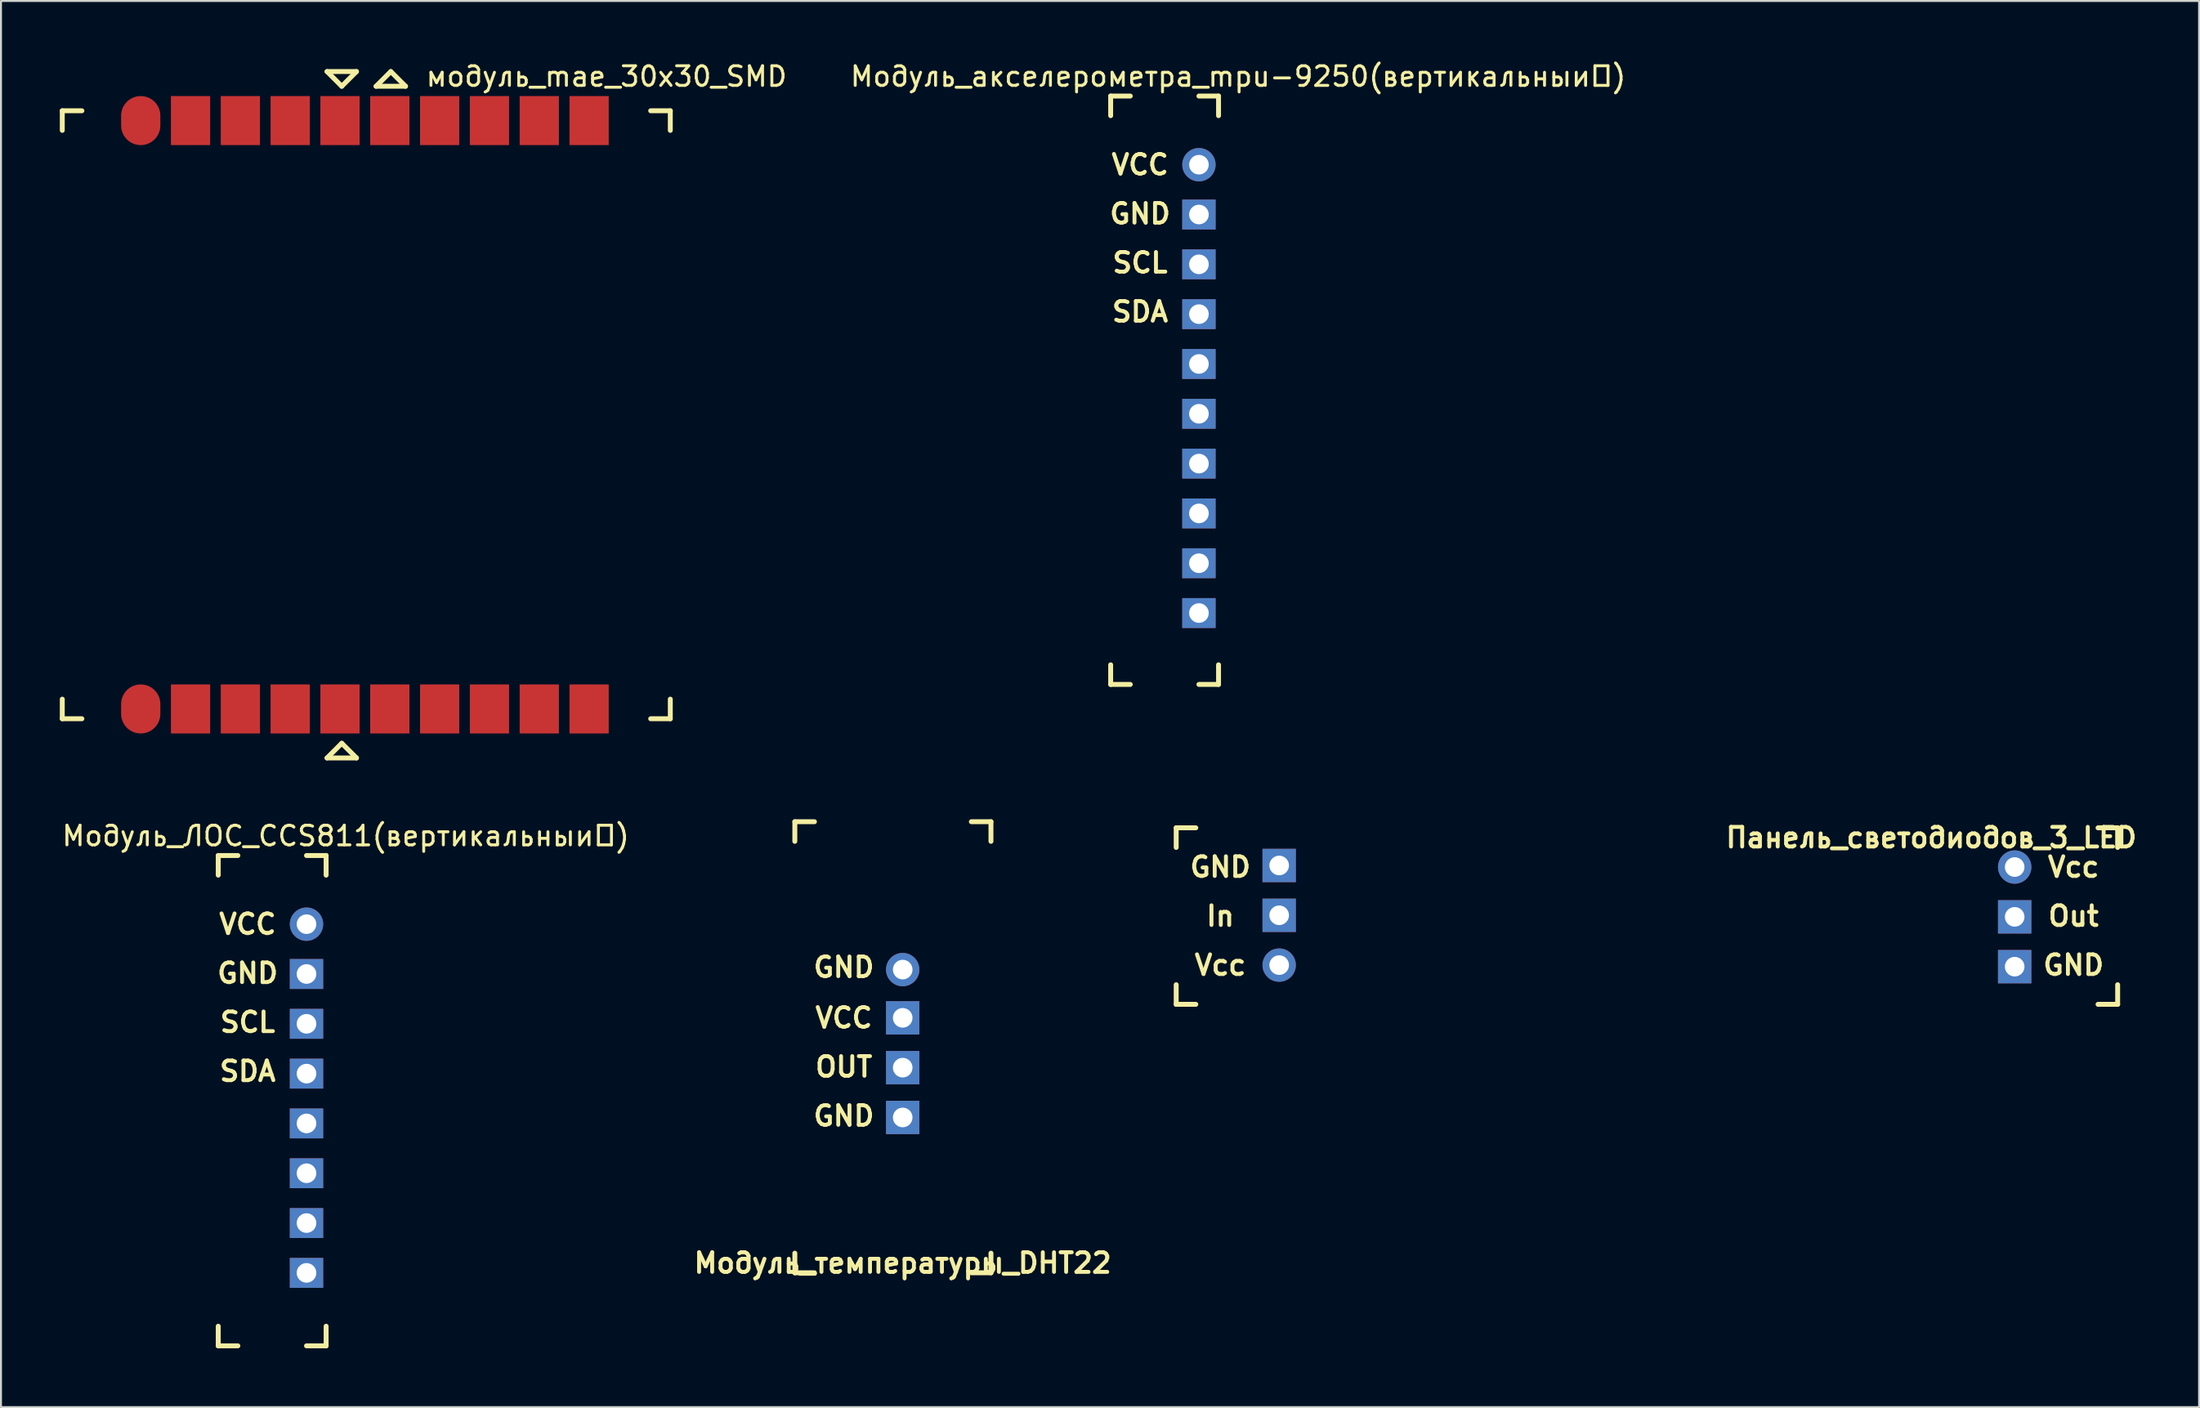
<source format=kicad_pcb>
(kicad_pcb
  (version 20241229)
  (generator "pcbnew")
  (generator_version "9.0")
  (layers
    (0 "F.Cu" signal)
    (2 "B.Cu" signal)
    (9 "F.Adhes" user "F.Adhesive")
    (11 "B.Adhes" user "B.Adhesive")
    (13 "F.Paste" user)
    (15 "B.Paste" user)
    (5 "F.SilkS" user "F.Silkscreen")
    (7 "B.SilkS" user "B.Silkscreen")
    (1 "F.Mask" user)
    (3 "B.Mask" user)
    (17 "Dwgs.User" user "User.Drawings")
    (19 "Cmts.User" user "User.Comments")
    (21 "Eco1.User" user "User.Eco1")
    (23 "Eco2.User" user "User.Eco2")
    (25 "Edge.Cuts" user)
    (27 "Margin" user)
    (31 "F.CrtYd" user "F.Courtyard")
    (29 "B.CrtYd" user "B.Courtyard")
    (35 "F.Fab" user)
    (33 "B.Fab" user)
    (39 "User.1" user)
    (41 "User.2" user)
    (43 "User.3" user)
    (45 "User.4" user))
  (footprint "Модуль_температуры_DHT22"
    (layer "F.Cu")
    (at 42.974 46.348)
    (property "Reference" "Модуль_температуры_DHT22" (at 0 15 0) (layer "F.SilkS") (effects (font (size 1 1) (thickness 0.2))))
    (attr through_hole)
    (fp_line (start -5.5 -7.5) (end -5.5 -6.5) (stroke (width 0.25) (type solid)) (layer "F.SilkS"))
    (fp_line (start -5.5 -7.5) (end -4.5 -7.5) (stroke (width 0.25) (type solid)) (layer "F.SilkS"))
    (fp_line (start -5.5 15.5) (end -5.5 14.5) (stroke (width 0.25) (type solid)) (layer "F.SilkS"))
    (fp_line (start -5.5 15.5) (end -4.5 15.5) (stroke (width 0.25) (type solid)) (layer "F.SilkS"))
    (fp_line (start 4.5 -7.5) (end 3.5 -7.5) (stroke (width 0.25) (type solid)) (layer "F.SilkS"))
    (fp_line (start 4.5 -7.5) (end 4.5 -6.5) (stroke (width 0.25) (type solid)) (layer "F.SilkS"))
    (fp_line (start 4.5 15.5) (end 3.5 15.5) (stroke (width 0.25) (type solid)) (layer "F.SilkS"))
    (fp_line (start 4.5 15.5) (end 4.5 14.5) (stroke (width 0.25) (type solid)) (layer "F.SilkS"))
    (fp_text user "OUT" (at -3 5 0) (layer "F.SilkS") (effects (font (size 1 1) (thickness 0.2))))
    (fp_text user "VCC" (at -3 2.5 0) (layer "F.SilkS") (effects (font (size 1 1) (thickness 0.2))))
    (fp_text user "GND" (at -3 7.5 0) (layer "F.SilkS") (effects (font (size 1 1) (thickness 0.2))))
    (fp_text user "GND" (at -3 -0.08 0) (layer "F.SilkS") (effects (font (size 1 1) (thickness 0.2))))
    (pad "1" thru_hole circle (at 0 0.04) (size 1.7 1.7) (drill 1) (layers "*.Cu" "*.Mask"))
    (pad "2" thru_hole rect (at 0 2.5) (size 1.7 1.7) (drill 1) (layers "*.Cu" "*.Mask"))
    (pad "3" thru_hole rect (at 0 5.04) (size 1.7 1.7) (drill 1) (layers "*.Cu" "*.Mask"))
    (pad "4" thru_hole rect (at 0 7.58) (size 1.7 1.7) (drill 1) (layers "*.Cu" "*.Mask")))
  (footprint "Панель_светодиодов_3_LED"
    (layer "F.Cu")
    (at 62.168 46.159)
    (property "Reference" "Панель_светодиодов_3_LED" (at 33.25 -6.5 0) (layer "F.SilkS") (effects (font (size 1 1) (thickness 0.2))))
    (attr through_hole)
    (fp_line (start -5.25 -7) (end -5.25 -6) (stroke (width 0.25) (type solid)) (layer "F.SilkS"))
    (fp_line (start -5.25 -7) (end -4.25 -7) (stroke (width 0.25) (type solid)) (layer "F.SilkS"))
    (fp_line (start -5.25 2) (end -5.25 1) (stroke (width 0.25) (type solid)) (layer "F.SilkS"))
    (fp_line (start -5.25 2) (end -4.25 2) (stroke (width 0.25) (type solid)) (layer "F.SilkS"))
    (fp_line (start 42.75 -7) (end 41.75 -7) (stroke (width 0.25) (type solid)) (layer "F.SilkS"))
    (fp_line (start 42.75 -7) (end 42.75 -6) (stroke (width 0.25) (type solid)) (layer "F.SilkS"))
    (fp_line (start 42.75 2) (end 41.75 2) (stroke (width 0.25) (type solid)) (layer "F.SilkS"))
    (fp_line (start 42.75 2) (end 42.75 1) (stroke (width 0.25) (type solid)) (layer "F.SilkS"))
    (fp_text user "Vcc" (at -3 0 0) (layer "F.SilkS") (effects (font (size 1 1) (thickness 0.2))))
    (fp_text user "GND" (at 40.5 0 0) (layer "F.SilkS") (effects (font (size 1 1) (thickness 0.2))))
    (fp_text user "Out" (at 40.5 -2.5 0) (layer "F.SilkS") (effects (font (size 1 1) (thickness 0.2))))
    (fp_text user "In" (at -3 -2.5 0) (layer "F.SilkS") (effects (font (size 1 1) (thickness 0.2))))
    (fp_text user "Vcc" (at 40.5 -5 0) (layer "F.SilkS") (effects (font (size 1 1) (thickness 0.2))))
    (fp_text user "GND" (at -3 -5 0) (layer "F.SilkS") (effects (font (size 1 1) (thickness 0.2))))
    (pad "1" thru_hole circle (at 0 0) (size 1.7 1.7) (drill 1) (layers "*.Cu" "*.Mask"))
    (pad "2" thru_hole rect (at 0 -2.54) (size 1.7 1.7) (drill 1) (layers "*.Cu" "*.Mask"))
    (pad "3" thru_hole rect (at 0 -5.08) (size 1.7 1.7) (drill 1) (layers "*.Cu" "*.Mask"))
    (pad "4" thru_hole oval (at 37.5 -5) (size 1.7 1.7) (drill 1) (layers "*.Cu" "*.Mask"))
    (pad "5" thru_hole rect (at 37.5 -2.46) (size 1.7 1.7) (drill 1) (layers "*.Cu" "*.Mask"))
    (pad "6" thru_hole rect (at 37.5 0.08) (size 1.7 1.7) (drill 1) (layers "*.Cu" "*.Mask")))
  (footprint "модуль_mae_30x30_SMD"
    (layer "F.Cu")
    (at 0.625 3.098)
    (property "Reference" "модуль_mae_30x30_SMD" (at 27.25 -2.25 0) (layer "F.SilkS") (effects (font (size 1 1) (thickness 0.15))))
    (attr through_hole)
    (fp_line (start -0.5 -0.5) (end -0.5 0.5) (stroke (width 0.25) (type solid)) (layer "F.SilkS"))
    (fp_line (start -0.5 -0.5) (end 0.5 -0.5) (stroke (width 0.25) (type solid)) (layer "F.SilkS"))
    (fp_line (start -0.5 30.5) (end -0.5 29.5) (stroke (width 0.25) (type solid)) (layer "F.SilkS"))
    (fp_line (start -0.5 30.5) (end 0.5 30.5) (stroke (width 0.25) (type solid)) (layer "F.SilkS"))
    (fp_line (start 13 -2.5) (end 13.75 -1.75) (stroke (width 0.25) (type solid)) (layer "F.SilkS"))
    (fp_line (start 13 32.5) (end 14.5 32.5) (stroke (width 0.25) (type solid)) (layer "F.SilkS"))
    (fp_line (start 13.75 -1.75) (end 14.5 -2.5) (stroke (width 0.25) (type solid)) (layer "F.SilkS"))
    (fp_line (start 13.75 31.75) (end 13 32.5) (stroke (width 0.25) (type solid)) (layer "F.SilkS"))
    (fp_line (start 14.5 -2.5) (end 13 -2.5) (stroke (width 0.25) (type solid)) (layer "F.SilkS"))
    (fp_line (start 14.5 32.5) (end 13.75 31.75) (stroke (width 0.25) (type solid)) (layer "F.SilkS"))
    (fp_line (start 15.5 -1.75) (end 17 -1.75) (stroke (width 0.25) (type solid)) (layer "F.SilkS"))
    (fp_line (start 16.25 -2.5) (end 15.5 -1.75) (stroke (width 0.25) (type solid)) (layer "F.SilkS"))
    (fp_line (start 17 -1.75) (end 16.25 -2.5) (stroke (width 0.25) (type solid)) (layer "F.SilkS"))
    (fp_line (start 30.5 -0.5) (end 29.5 -0.5) (stroke (width 0.25) (type solid)) (layer "F.SilkS"))
    (fp_line (start 30.5 -0.5) (end 30.5 0.5) (stroke (width 0.25) (type solid)) (layer "F.SilkS"))
    (fp_line (start 30.5 30.5) (end 29.5 30.5) (stroke (width 0.25) (type solid)) (layer "F.SilkS"))
    (fp_line (start 30.5 30.5) (end 30.5 29.5) (stroke (width 0.25) (type solid)) (layer "F.SilkS"))
    (pad "1" smd oval (at 3.5 30) (size 2 2.5) (layers "F.Cu" "F.Mask" "F.Paste"))
    (pad "2" smd rect (at 6.04 30) (size 2 2.5) (layers "F.Cu" "F.Mask" "F.Paste"))
    (pad "3" smd rect (at 8.58 30) (size 2 2.5) (layers "F.Cu" "F.Mask" "F.Paste"))
    (pad "4" smd rect (at 11.12 30) (size 2 2.5) (layers "F.Cu" "F.Mask" "F.Paste"))
    (pad "5" smd rect (at 13.66 30) (size 2 2.5) (layers "F.Cu" "F.Mask" "F.Paste"))
    (pad "6" smd rect (at 16.2 30) (size 2 2.5) (layers "F.Cu" "F.Mask" "F.Paste"))
    (pad "7" smd rect (at 18.74 30) (size 2 2.5) (layers "F.Cu" "F.Mask" "F.Paste"))
    (pad "8" smd rect (at 21.28 30) (size 2 2.5) (layers "F.Cu" "F.Mask" "F.Paste"))
    (pad "9" smd rect (at 23.82 30) (size 2 2.5) (layers "F.Cu" "F.Mask" "F.Paste"))
    (pad "10" smd rect (at 26.36 30) (size 2 2.5) (layers "F.Cu" "F.Mask" "F.Paste"))
    (pad "11" smd rect (at 26.36 0) (size 2 2.5) (layers "F.Cu" "F.Mask" "F.Paste"))
    (pad "12" smd rect (at 23.82 0) (size 2 2.5) (layers "F.Cu" "F.Mask" "F.Paste"))
    (pad "13" smd rect (at 21.28 0) (size 2 2.5) (layers "F.Cu" "F.Mask" "F.Paste"))
    (pad "14" smd rect (at 18.74 0) (size 2 2.5) (layers "F.Cu" "F.Mask" "F.Paste"))
    (pad "15" smd rect (at 16.2 0) (size 2 2.5) (layers "F.Cu" "F.Mask" "F.Paste"))
    (pad "16" smd rect (at 13.66 0) (size 2 2.5) (layers "F.Cu" "F.Mask" "F.Paste"))
    (pad "17" smd rect (at 11.12 0) (size 2 2.5) (layers "F.Cu" "F.Mask" "F.Paste"))
    (pad "18" smd rect (at 8.58 0) (size 2 2.5) (layers "F.Cu" "F.Mask" "F.Paste"))
    (pad "19" smd rect (at 6.04 0) (size 2 2.5) (layers "F.Cu" "F.Mask" "F.Paste"))
    (pad "20" smd oval (at 3.5 0) (size 2 2.5) (layers "F.Cu" "F.Mask" "F.Paste")))
  (footprint "Модуль_акселерометра_mpu-9250(вертикальный)"
    (layer "F.Cu")
    (at 58.077 5.348)
    (property "Reference" "Модуль_акселерометра_mpu-9250(вертикальный)" (at 2 -4.5 0) (layer "F.SilkS") (effects (font (size 1 1) (thickness 0.15))))
    (attr through_hole)
    (fp_line (start -4.5 -3.5) (end -4.5 -2.5) (stroke (width 0.25) (type solid)) (layer "F.SilkS"))
    (fp_line (start -4.5 -3.5) (end -3.5 -3.5) (stroke (width 0.25) (type solid)) (layer "F.SilkS"))
    (fp_line (start -4.5 26.5) (end -4.5 25.5) (stroke (width 0.25) (type solid)) (layer "F.SilkS"))
    (fp_line (start -4.5 26.5) (end -3.5 26.5) (stroke (width 0.25) (type solid)) (layer "F.SilkS"))
    (fp_line (start 1 -3.5) (end 0 -3.5) (stroke (width 0.25) (type solid)) (layer "F.SilkS"))
    (fp_line (start 1 -3.5) (end 1 -2.5) (stroke (width 0.25) (type solid)) (layer "F.SilkS"))
    (fp_line (start 1 26.5) (end 0 26.5) (stroke (width 0.25) (type solid)) (layer "F.SilkS"))
    (fp_line (start 1 26.5) (end 1 25.5) (stroke (width 0.25) (type solid)) (layer "F.SilkS"))
    (fp_text user "SDA" (at -3 7.5 0) (layer "F.SilkS") (effects (font (size 1 1) (thickness 0.2))))
    (fp_text user "SCL" (at -3 5 0) (layer "F.SilkS") (effects (font (size 1 1) (thickness 0.2))))
    (fp_text user "VCC" (at -3 0 0) (layer "F.SilkS") (effects (font (size 1 1) (thickness 0.2))))
    (fp_text user "GND" (at -3 2.5 0) (layer "F.SilkS") (effects (font (size 1 1) (thickness 0.2))))
    (pad "1" thru_hole circle (at 0 0) (size 1.7 1.7) (drill 1) (layers "*.Cu" "*.Mask"))
    (pad "2" thru_hole rect (at 0 2.54) (size 1.7 1.524) (drill 1) (layers "*.Cu" "*.Mask"))
    (pad "3" thru_hole rect (at 0 5.08) (size 1.7 1.524) (drill 1) (layers "*.Cu" "*.Mask"))
    (pad "4" thru_hole rect (at 0 7.62) (size 1.7 1.524) (drill 1) (layers "*.Cu" "*.Mask"))
    (pad "5" thru_hole rect (at 0 10.16) (size 1.7 1.524) (drill 1) (layers "*.Cu" "*.Mask"))
    (pad "6" thru_hole rect (at 0 12.7) (size 1.7 1.524) (drill 1) (layers "*.Cu" "*.Mask"))
    (pad "7" thru_hole rect (at 0 15.24) (size 1.7 1.524) (drill 1) (layers "*.Cu" "*.Mask"))
    (pad "8" thru_hole rect (at 0 17.78) (size 1.7 1.524) (drill 1) (layers "*.Cu" "*.Mask"))
    (pad "9" thru_hole rect (at 0 20.32) (size 1.7 1.524) (drill 1) (layers "*.Cu" "*.Mask"))
    (pad "10" thru_hole rect (at 0 22.86) (size 1.7 1.524) (drill 1) (layers "*.Cu" "*.Mask")))
  (footprint "Модуль_ЛОС_CCS811(вертикальный)"
    (layer "F.Cu")
    (at 12.577 44.072)
    (property "Reference" "Модуль_ЛОС_CCS811(вертикальный)" (at 2 -4.5 0) (layer "F.SilkS") (effects (font (size 1 1) (thickness 0.15))))
    (attr through_hole)
    (fp_line (start -4.5 -3.5) (end -4.5 -2.5) (stroke (width 0.25) (type solid)) (layer "F.SilkS"))
    (fp_line (start -4.5 -3.5) (end -3.5 -3.5) (stroke (width 0.25) (type solid)) (layer "F.SilkS"))
    (fp_line (start -4.5 21.5) (end -4.5 20.5) (stroke (width 0.25) (type solid)) (layer "F.SilkS"))
    (fp_line (start -4.5 21.5) (end -3.5 21.5) (stroke (width 0.25) (type solid)) (layer "F.SilkS"))
    (fp_line (start 1 -3.5) (end 0 -3.5) (stroke (width 0.25) (type solid)) (layer "F.SilkS"))
    (fp_line (start 1 -3.5) (end 1 -2.5) (stroke (width 0.25) (type solid)) (layer "F.SilkS"))
    (fp_line (start 1 21.5) (end 0 21.5) (stroke (width 0.25) (type solid)) (layer "F.SilkS"))
    (fp_line (start 1 21.5) (end 1 20.5) (stroke (width 0.25) (type solid)) (layer "F.SilkS"))
    (fp_text user "SCL" (at -3 5 0) (layer "F.SilkS") (effects (font (size 1 1) (thickness 0.2))))
    (fp_text user "SDA" (at -3 7.5 0) (layer "F.SilkS") (effects (font (size 1 1) (thickness 0.2))))
    (fp_text user "GND" (at -3 2.5 0) (layer "F.SilkS") (effects (font (size 1 1) (thickness 0.2))))
    (fp_text user "VCC" (at -3 0 0) (layer "F.SilkS") (effects (font (size 1 1) (thickness 0.2))))
    (pad "1" thru_hole circle (at 0 0) (size 1.7 1.7) (drill 1) (layers "*.Cu" "*.Mask"))
    (pad "2" thru_hole rect (at 0 2.54) (size 1.7 1.524) (drill 1) (layers "*.Cu" "*.Mask"))
    (pad "3" thru_hole rect (at 0 5.08) (size 1.7 1.524) (drill 1) (layers "*.Cu" "*.Mask"))
    (pad "4" thru_hole rect (at 0 7.62) (size 1.7 1.524) (drill 1) (layers "*.Cu" "*.Mask"))
    (pad "5" thru_hole rect (at 0 10.16) (size 1.7 1.524) (drill 1) (layers "*.Cu" "*.Mask"))
    (pad "6" thru_hole rect (at 0 12.7) (size 1.7 1.524) (drill 1) (layers "*.Cu" "*.Mask"))
    (pad "7" thru_hole rect (at 0 15.24) (size 1.7 1.524) (drill 1) (layers "*.Cu" "*.Mask"))
    (pad "8" thru_hole rect (at 0 17.78) (size 1.7 1.524) (drill 1) (layers "*.Cu" "*.Mask")))
  (gr_rect
    (start -3 -3)
    (end 109.07 68.697)
    (stroke (width 0.1) (type default))
    (fill no)
    (layer "Edge.Cuts")))
</source>
